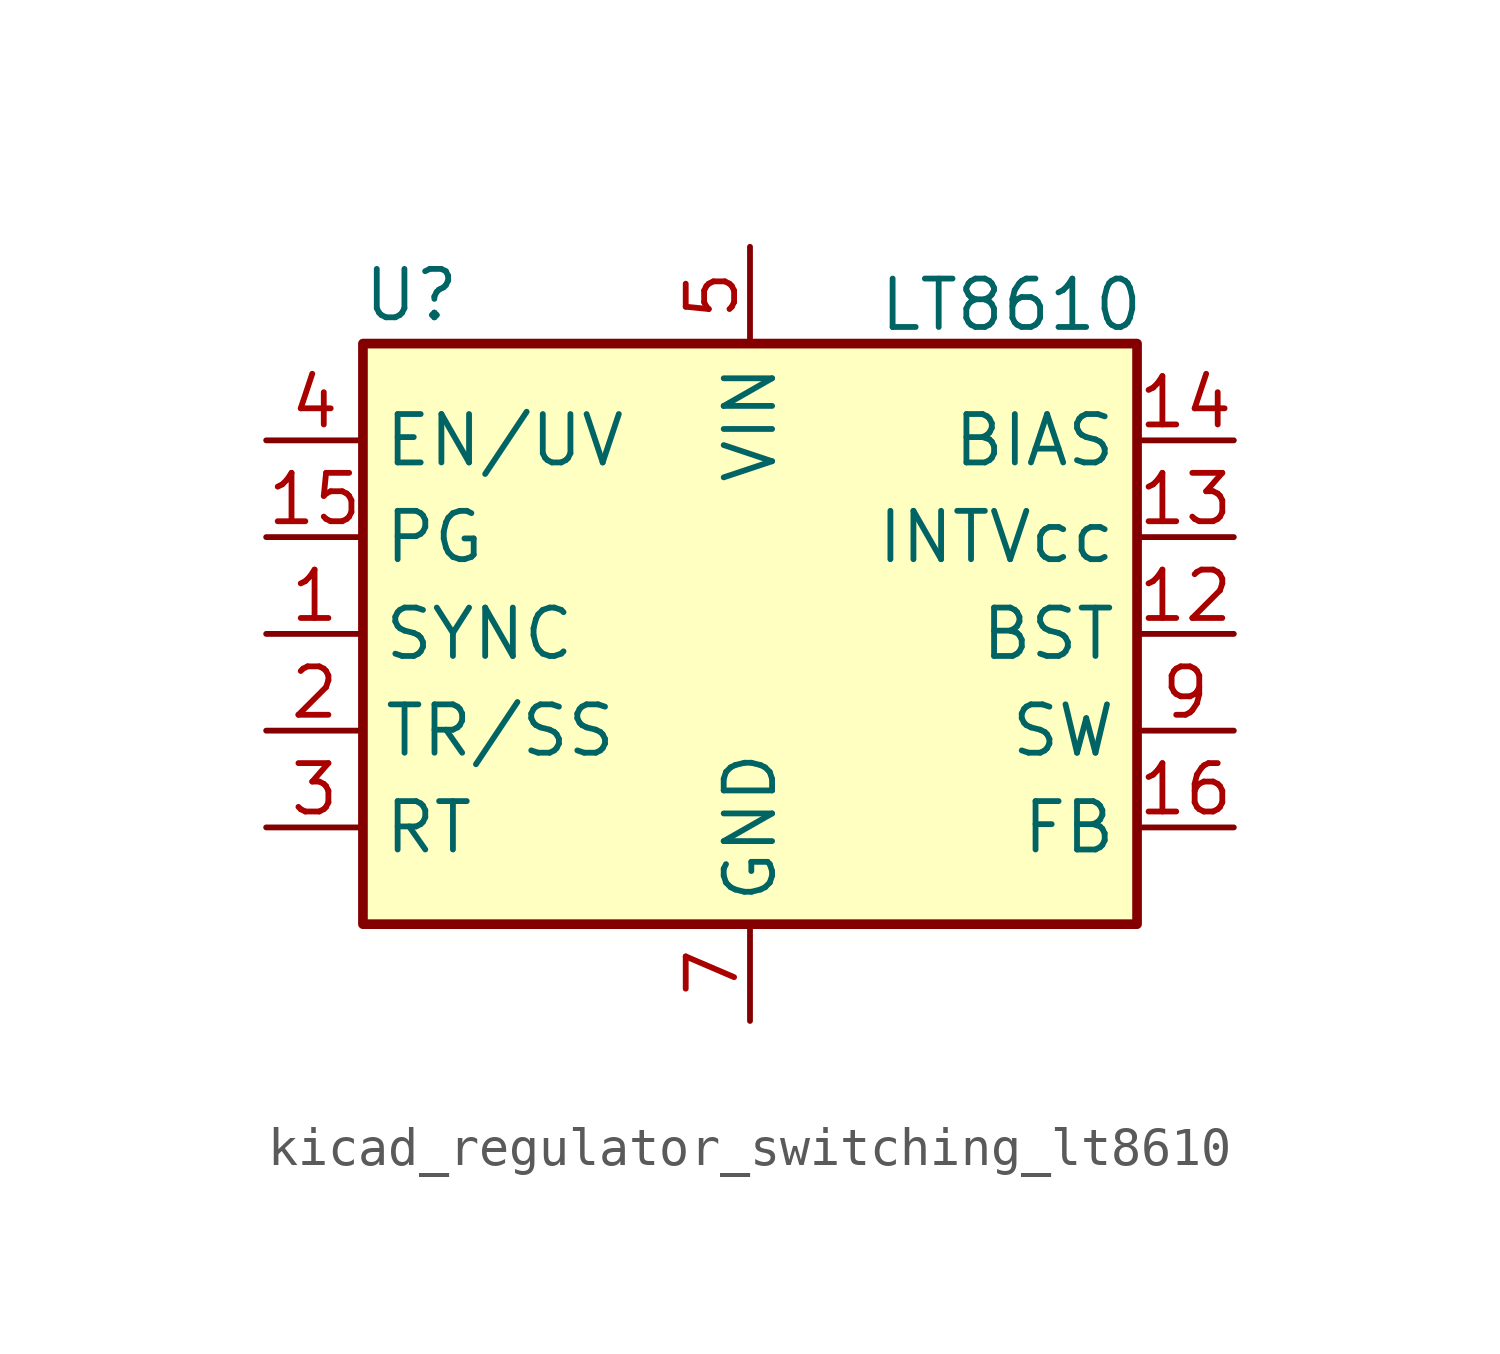
<source format=kicad_sym>
(kicad_symbol_lib
  (version 20220914)
  (generator kicad_symbol_editor)
  (symbol "kicad_regulator_switching_lt8610"
    (property "Reference" "U"
      (at -8.89 8.89 0)
      (effects (font (size 1.27 1.27))))
    (property "Value" "LT8610"
      (at 6.858 8.636 0)
      (effects (font (size 1.27 1.27))))
    (symbol "kicad_regulator_switching_lt8610_0_1"
      (rectangle (start -10.16 7.62) (end 10.16 -7.62) (stroke (width 0.254) (type default)) (fill (type background))))
    (symbol "kicad_regulator_switching_lt8610_1_1"
      (pin input line (at -12.7 0 0) (length 2.54) (name "SYNC" (effects (font (size 1.27 1.27)))) (number "1" (effects (font (size 1.27 1.27)))))
      (pin passive line (at 12.7 -2.54 180) (length 2.54) hide (name "SW" (effects (font (size 1.27 1.27)))) (number "10" (effects (font (size 1.27 1.27)))))
      (pin passive line (at 12.7 -2.54 180) (length 2.54) hide (name "SW" (effects (font (size 1.27 1.27)))) (number "11" (effects (font (size 1.27 1.27)))))
      (pin input line (at 12.7 0 180) (length 2.54) (name "BST" (effects (font (size 1.27 1.27)))) (number "12" (effects (font (size 1.27 1.27)))))
      (pin passive line (at 12.7 2.54 180) (length 2.54) (name "INTVcc" (effects (font (size 1.27 1.27)))) (number "13" (effects (font (size 1.27 1.27)))))
      (pin input line (at 12.7 5.08 180) (length 2.54) (name "BIAS" (effects (font (size 1.27 1.27)))) (number "14" (effects (font (size 1.27 1.27)))))
      (pin open_collector line (at -12.7 2.54 0) (length 2.54) (name "PG" (effects (font (size 1.27 1.27)))) (number "15" (effects (font (size 1.27 1.27)))))
      (pin input line (at 12.7 -5.08 180) (length 2.54) (name "FB" (effects (font (size 1.27 1.27)))) (number "16" (effects (font (size 1.27 1.27)))))
      (pin passive line (at 0 -10.16 90) (length 2.54) hide (name "GND" (effects (font (size 1.27 1.27)))) (number "17" (effects (font (size 1.27 1.27)))))
      (pin input line (at -12.7 -2.54 0) (length 2.54) (name "TR/SS" (effects (font (size 1.27 1.27)))) (number "2" (effects (font (size 1.27 1.27)))))
      (pin passive line (at -12.7 -5.08 0) (length 2.54) (name "RT" (effects (font (size 1.27 1.27)))) (number "3" (effects (font (size 1.27 1.27)))))
      (pin input line (at -12.7 5.08 0) (length 2.54) (name "EN/UV" (effects (font (size 1.27 1.27)))) (number "4" (effects (font (size 1.27 1.27)))))
      (pin power_in line (at 0 10.16 270) (length 2.54) (name "VIN" (effects (font (size 1.27 1.27)))) (number "5" (effects (font (size 1.27 1.27)))))
      (pin passive line (at 0 10.16 270) (length 2.54) hide (name "VIN" (effects (font (size 1.27 1.27)))) (number "6" (effects (font (size 1.27 1.27)))))
      (pin power_in line (at 0 -10.16 90) (length 2.54) (name "GND" (effects (font (size 1.27 1.27)))) (number "7" (effects (font (size 1.27 1.27)))))
      (pin passive line (at 0 -10.16 90) (length 2.54) hide (name "GND" (effects (font (size 1.27 1.27)))) (number "8" (effects (font (size 1.27 1.27)))))
      (pin output line (at 12.7 -2.54 180) (length 2.54) (name "SW" (effects (font (size 1.27 1.27)))) (number "9" (effects (font (size 1.27 1.27))))))))
</source>
